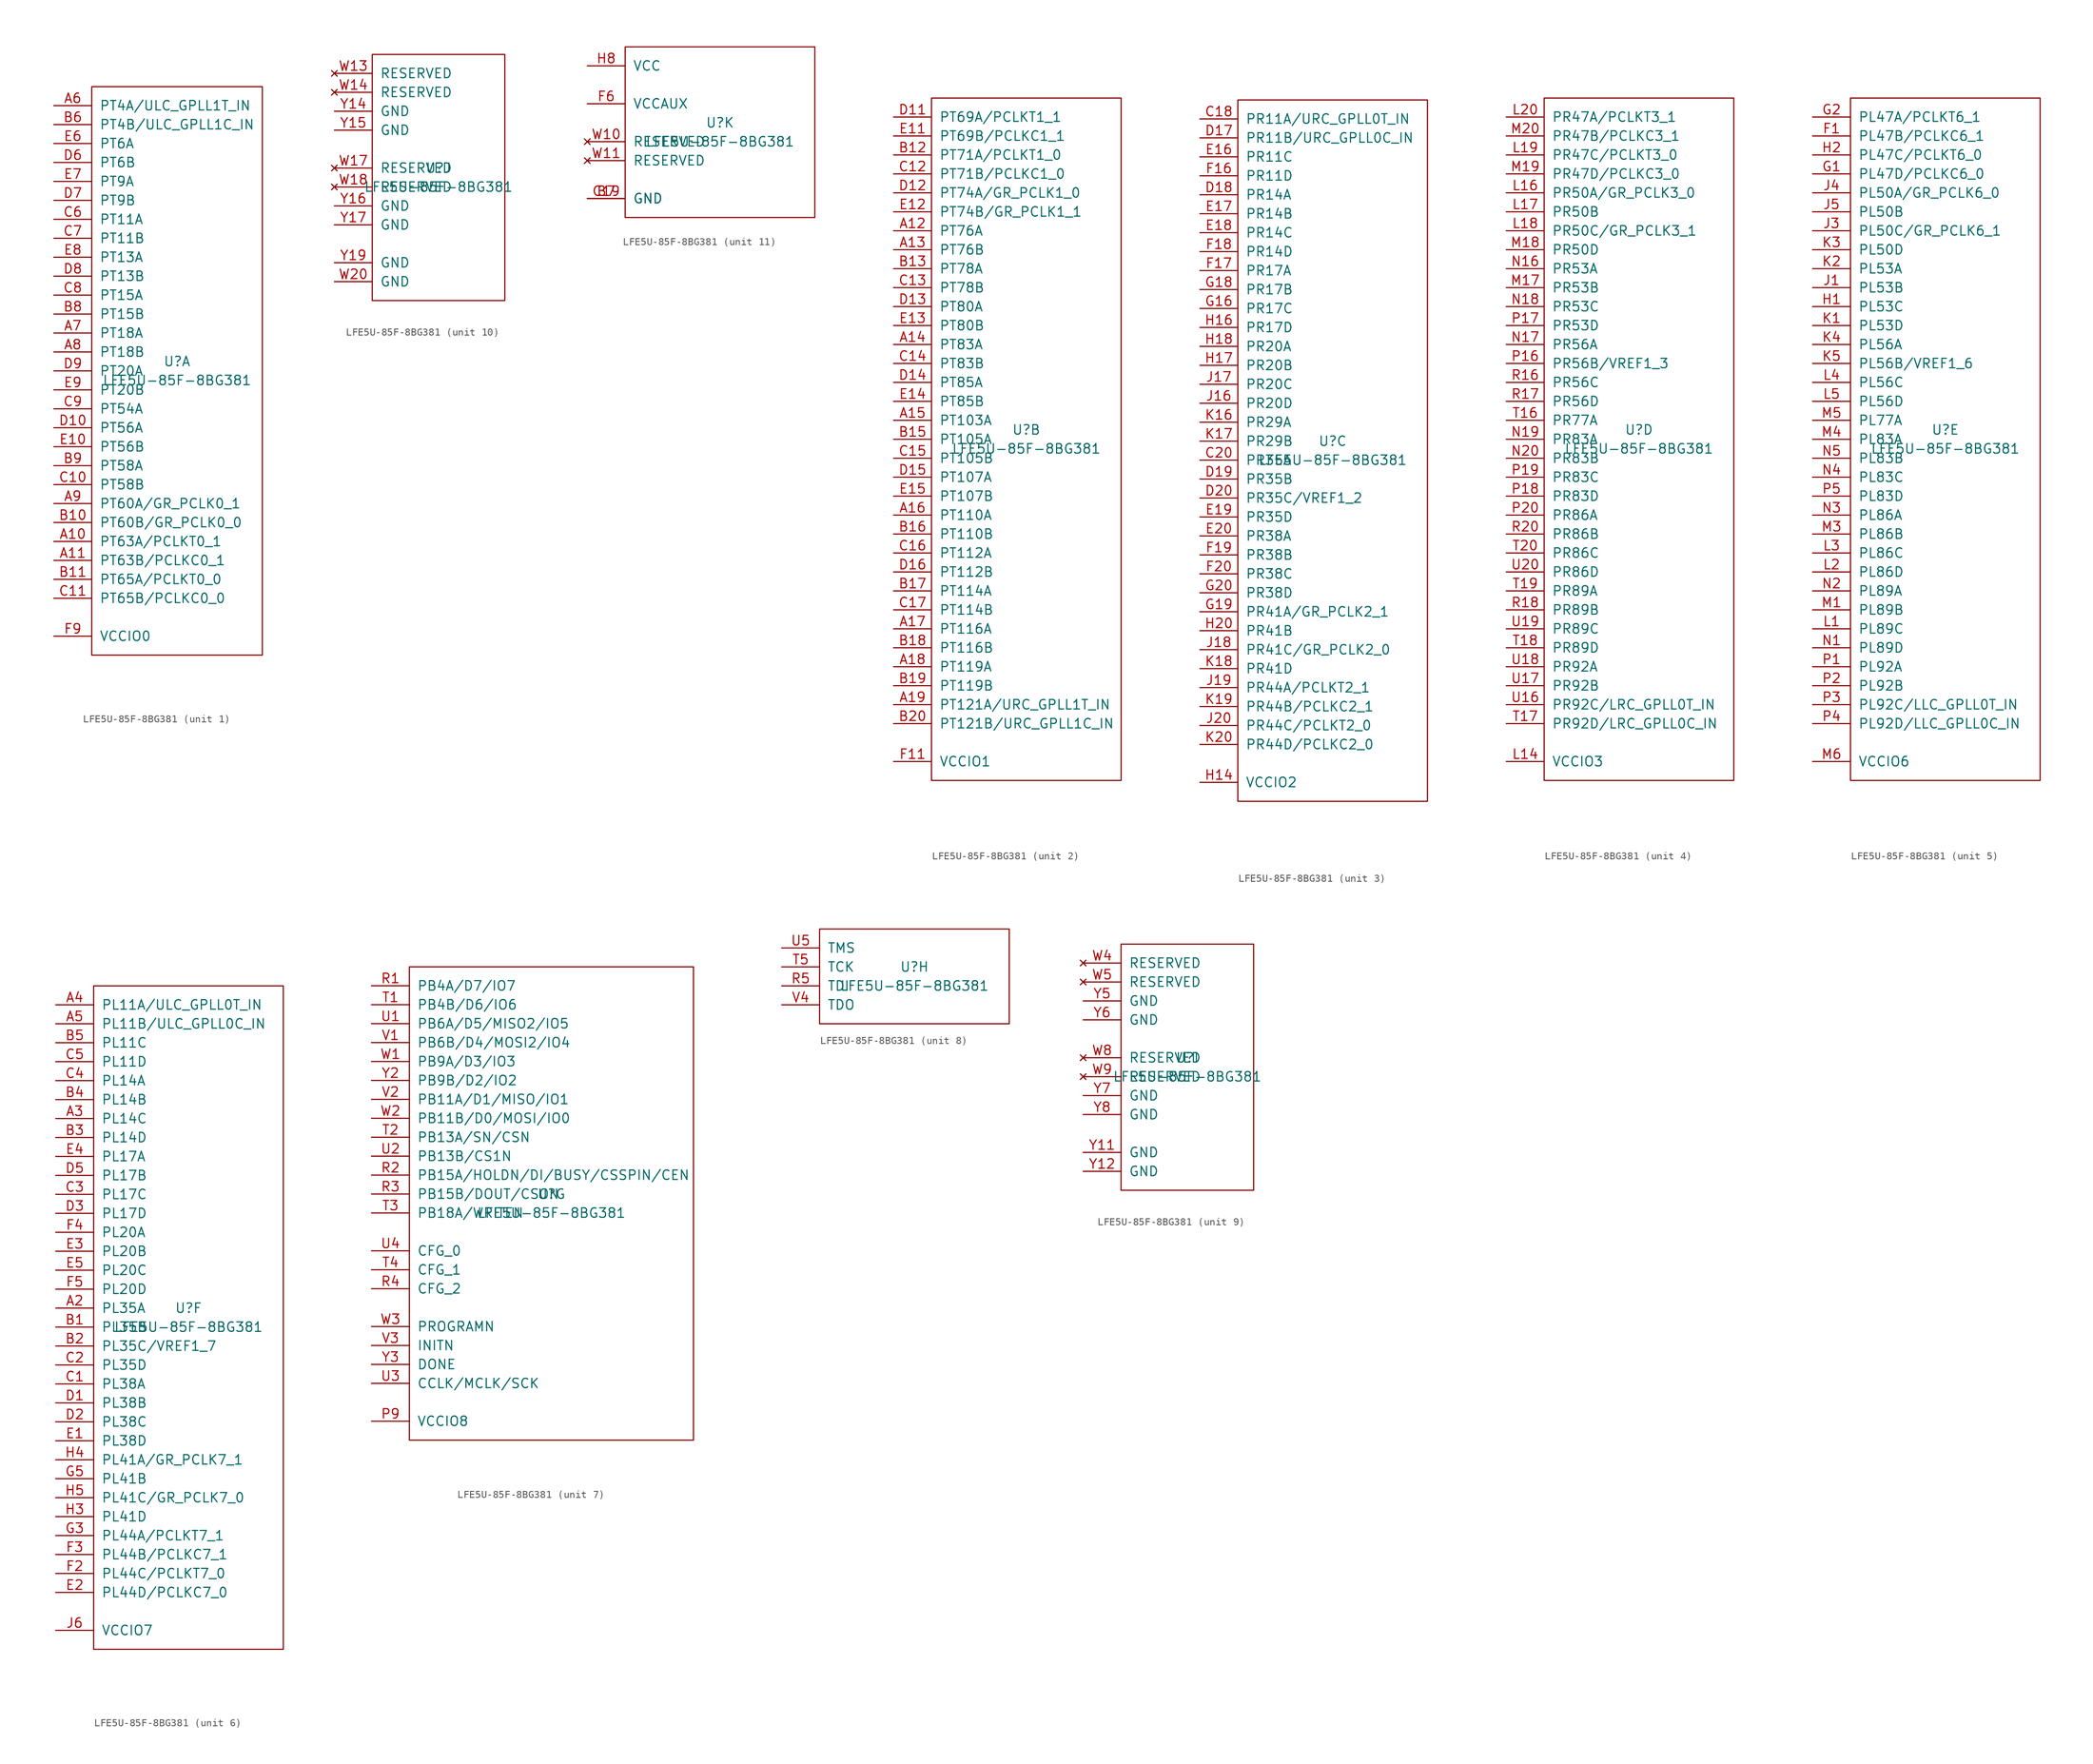
<source format=kicad_sym>
(kicad_symbol_lib
  (version 20201005)
  (generator kicad_symbol_editor)
  (symbol "lattice:LFE5U-85F-8BG381"
    (pin_names
      (offset 1.016))
    (property "Reference" "U"
      (at 0 1.27 0)
      (effects (font (size 1.27 1.27))))
    (property "Value" "LFE5U-85F-8BG381"
      (at 0 -1.27 0)
      (effects (font (size 1.27 1.27))))
    (property "ki_locked" ""
      (at 0 0 0)
      (effects (font (size 1.27 1.27))))
    (symbol "LFE5U-85F-8BG381_1_1"
      (rectangle (start -11.43 38.1) (end 11.43 -38.1) (stroke (width 0)) (fill (type none)))
      (pin bidirectional line (at -16.51 -22.86 0) (length 5.08) (name "PT63A/PCLKT0_1" (effects (font (size 1.27 1.27)))) (number "A10" (effects (font (size 1.27 1.27)))))
      (pin bidirectional line (at -16.51 -25.4 0) (length 5.08) (name "PT63B/PCLKC0_1" (effects (font (size 1.27 1.27)))) (number "A11" (effects (font (size 1.27 1.27)))))
      (pin bidirectional line (at -16.51 35.56 0) (length 5.08) (name "PT4A/ULC_GPLL1T_IN" (effects (font (size 1.27 1.27)))) (number "A6" (effects (font (size 1.27 1.27)))))
      (pin bidirectional line (at -16.51 5.08 0) (length 5.08) (name "PT18A" (effects (font (size 1.27 1.27)))) (number "A7" (effects (font (size 1.27 1.27)))))
      (pin bidirectional line (at -16.51 2.54 0) (length 5.08) (name "PT18B" (effects (font (size 1.27 1.27)))) (number "A8" (effects (font (size 1.27 1.27)))))
      (pin bidirectional line (at -16.51 -17.78 0) (length 5.08) (name "PT60A/GR_PCLK0_1" (effects (font (size 1.27 1.27)))) (number "A9" (effects (font (size 1.27 1.27)))))
      (pin bidirectional line (at -16.51 -20.32 0) (length 5.08) (name "PT60B/GR_PCLK0_0" (effects (font (size 1.27 1.27)))) (number "B10" (effects (font (size 1.27 1.27)))))
      (pin bidirectional line (at -16.51 -27.94 0) (length 5.08) (name "PT65A/PCLKT0_0" (effects (font (size 1.27 1.27)))) (number "B11" (effects (font (size 1.27 1.27)))))
      (pin bidirectional line (at -16.51 33.02 0) (length 5.08) (name "PT4B/ULC_GPLL1C_IN" (effects (font (size 1.27 1.27)))) (number "B6" (effects (font (size 1.27 1.27)))))
      (pin bidirectional line (at -16.51 7.62 0) (length 5.08) (name "PT15B" (effects (font (size 1.27 1.27)))) (number "B8" (effects (font (size 1.27 1.27)))))
      (pin bidirectional line (at -16.51 -12.7 0) (length 5.08) (name "PT58A" (effects (font (size 1.27 1.27)))) (number "B9" (effects (font (size 1.27 1.27)))))
      (pin bidirectional line (at -16.51 -15.24 0) (length 5.08) (name "PT58B" (effects (font (size 1.27 1.27)))) (number "C10" (effects (font (size 1.27 1.27)))))
      (pin bidirectional line (at -16.51 -30.48 0) (length 5.08) (name "PT65B/PCLKC0_0" (effects (font (size 1.27 1.27)))) (number "C11" (effects (font (size 1.27 1.27)))))
      (pin bidirectional line (at -16.51 20.32 0) (length 5.08) (name "PT11A" (effects (font (size 1.27 1.27)))) (number "C6" (effects (font (size 1.27 1.27)))))
      (pin bidirectional line (at -16.51 17.78 0) (length 5.08) (name "PT11B" (effects (font (size 1.27 1.27)))) (number "C7" (effects (font (size 1.27 1.27)))))
      (pin bidirectional line (at -16.51 10.16 0) (length 5.08) (name "PT15A" (effects (font (size 1.27 1.27)))) (number "C8" (effects (font (size 1.27 1.27)))))
      (pin bidirectional line (at -16.51 -5.08 0) (length 5.08) (name "PT54A" (effects (font (size 1.27 1.27)))) (number "C9" (effects (font (size 1.27 1.27)))))
      (pin bidirectional line (at -16.51 -7.62 0) (length 5.08) (name "PT56A" (effects (font (size 1.27 1.27)))) (number "D10" (effects (font (size 1.27 1.27)))))
      (pin bidirectional line (at -16.51 27.94 0) (length 5.08) (name "PT6B" (effects (font (size 1.27 1.27)))) (number "D6" (effects (font (size 1.27 1.27)))))
      (pin bidirectional line (at -16.51 22.86 0) (length 5.08) (name "PT9B" (effects (font (size 1.27 1.27)))) (number "D7" (effects (font (size 1.27 1.27)))))
      (pin bidirectional line (at -16.51 12.7 0) (length 5.08) (name "PT13B" (effects (font (size 1.27 1.27)))) (number "D8" (effects (font (size 1.27 1.27)))))
      (pin bidirectional line (at -16.51 0 0) (length 5.08) (name "PT20A" (effects (font (size 1.27 1.27)))) (number "D9" (effects (font (size 1.27 1.27)))))
      (pin bidirectional line (at -16.51 -10.16 0) (length 5.08) (name "PT56B" (effects (font (size 1.27 1.27)))) (number "E10" (effects (font (size 1.27 1.27)))))
      (pin bidirectional line (at -16.51 30.48 0) (length 5.08) (name "PT6A" (effects (font (size 1.27 1.27)))) (number "E6" (effects (font (size 1.27 1.27)))))
      (pin bidirectional line (at -16.51 25.4 0) (length 5.08) (name "PT9A" (effects (font (size 1.27 1.27)))) (number "E7" (effects (font (size 1.27 1.27)))))
      (pin bidirectional line (at -16.51 15.24 0) (length 5.08) (name "PT13A" (effects (font (size 1.27 1.27)))) (number "E8" (effects (font (size 1.27 1.27)))))
      (pin bidirectional line (at -16.51 -2.54 0) (length 5.08) (name "PT20B" (effects (font (size 1.27 1.27)))) (number "E9" (effects (font (size 1.27 1.27)))))
      (pin passive line (at -16.51 -35.56 0) (length 5.08) hide (name "VCCIO0" (effects (font (size 1.27 1.27)))) (number "F10" (effects (font (size 1.27 1.27)))))
      (pin power_in line (at -16.51 -35.56 0) (length 5.08) (name "VCCIO0" (effects (font (size 1.27 1.27)))) (number "F9" (effects (font (size 1.27 1.27))))))
    (symbol "LFE5U-85F-8BG381_2_1"
      (rectangle (start -12.7 45.72) (end 12.7 -45.72) (stroke (width 0)) (fill (type none)))
      (pin bidirectional line (at -17.78 27.94 0) (length 5.08) (name "PT76A" (effects (font (size 1.27 1.27)))) (number "A12" (effects (font (size 1.27 1.27)))))
      (pin bidirectional line (at -17.78 25.4 0) (length 5.08) (name "PT76B" (effects (font (size 1.27 1.27)))) (number "A13" (effects (font (size 1.27 1.27)))))
      (pin bidirectional line (at -17.78 12.7 0) (length 5.08) (name "PT83A" (effects (font (size 1.27 1.27)))) (number "A14" (effects (font (size 1.27 1.27)))))
      (pin bidirectional line (at -17.78 2.54 0) (length 5.08) (name "PT103A" (effects (font (size 1.27 1.27)))) (number "A15" (effects (font (size 1.27 1.27)))))
      (pin bidirectional line (at -17.78 -10.16 0) (length 5.08) (name "PT110A" (effects (font (size 1.27 1.27)))) (number "A16" (effects (font (size 1.27 1.27)))))
      (pin bidirectional line (at -17.78 -25.4 0) (length 5.08) (name "PT116A" (effects (font (size 1.27 1.27)))) (number "A17" (effects (font (size 1.27 1.27)))))
      (pin bidirectional line (at -17.78 -30.48 0) (length 5.08) (name "PT119A" (effects (font (size 1.27 1.27)))) (number "A18" (effects (font (size 1.27 1.27)))))
      (pin bidirectional line (at -17.78 -35.56 0) (length 5.08) (name "PT121A/URC_GPLL1T_IN" (effects (font (size 1.27 1.27)))) (number "A19" (effects (font (size 1.27 1.27)))))
      (pin bidirectional line (at -17.78 38.1 0) (length 5.08) (name "PT71A/PCLKT1_0" (effects (font (size 1.27 1.27)))) (number "B12" (effects (font (size 1.27 1.27)))))
      (pin bidirectional line (at -17.78 22.86 0) (length 5.08) (name "PT78A" (effects (font (size 1.27 1.27)))) (number "B13" (effects (font (size 1.27 1.27)))))
      (pin bidirectional line (at -17.78 0 0) (length 5.08) (name "PT105A" (effects (font (size 1.27 1.27)))) (number "B15" (effects (font (size 1.27 1.27)))))
      (pin bidirectional line (at -17.78 -12.7 0) (length 5.08) (name "PT110B" (effects (font (size 1.27 1.27)))) (number "B16" (effects (font (size 1.27 1.27)))))
      (pin bidirectional line (at -17.78 -20.32 0) (length 5.08) (name "PT114A" (effects (font (size 1.27 1.27)))) (number "B17" (effects (font (size 1.27 1.27)))))
      (pin bidirectional line (at -17.78 -27.94 0) (length 5.08) (name "PT116B" (effects (font (size 1.27 1.27)))) (number "B18" (effects (font (size 1.27 1.27)))))
      (pin bidirectional line (at -17.78 -33.02 0) (length 5.08) (name "PT119B" (effects (font (size 1.27 1.27)))) (number "B19" (effects (font (size 1.27 1.27)))))
      (pin bidirectional line (at -17.78 -38.1 0) (length 5.08) (name "PT121B/URC_GPLL1C_IN" (effects (font (size 1.27 1.27)))) (number "B20" (effects (font (size 1.27 1.27)))))
      (pin bidirectional line (at -17.78 35.56 0) (length 5.08) (name "PT71B/PCLKC1_0" (effects (font (size 1.27 1.27)))) (number "C12" (effects (font (size 1.27 1.27)))))
      (pin bidirectional line (at -17.78 20.32 0) (length 5.08) (name "PT78B" (effects (font (size 1.27 1.27)))) (number "C13" (effects (font (size 1.27 1.27)))))
      (pin bidirectional line (at -17.78 10.16 0) (length 5.08) (name "PT83B" (effects (font (size 1.27 1.27)))) (number "C14" (effects (font (size 1.27 1.27)))))
      (pin bidirectional line (at -17.78 -2.54 0) (length 5.08) (name "PT105B" (effects (font (size 1.27 1.27)))) (number "C15" (effects (font (size 1.27 1.27)))))
      (pin bidirectional line (at -17.78 -15.24 0) (length 5.08) (name "PT112A" (effects (font (size 1.27 1.27)))) (number "C16" (effects (font (size 1.27 1.27)))))
      (pin bidirectional line (at -17.78 -22.86 0) (length 5.08) (name "PT114B" (effects (font (size 1.27 1.27)))) (number "C17" (effects (font (size 1.27 1.27)))))
      (pin bidirectional line (at -17.78 43.18 0) (length 5.08) (name "PT69A/PCLKT1_1" (effects (font (size 1.27 1.27)))) (number "D11" (effects (font (size 1.27 1.27)))))
      (pin bidirectional line (at -17.78 33.02 0) (length 5.08) (name "PT74A/GR_PCLK1_0" (effects (font (size 1.27 1.27)))) (number "D12" (effects (font (size 1.27 1.27)))))
      (pin bidirectional line (at -17.78 17.78 0) (length 5.08) (name "PT80A" (effects (font (size 1.27 1.27)))) (number "D13" (effects (font (size 1.27 1.27)))))
      (pin bidirectional line (at -17.78 7.62 0) (length 5.08) (name "PT85A" (effects (font (size 1.27 1.27)))) (number "D14" (effects (font (size 1.27 1.27)))))
      (pin bidirectional line (at -17.78 -5.08 0) (length 5.08) (name "PT107A" (effects (font (size 1.27 1.27)))) (number "D15" (effects (font (size 1.27 1.27)))))
      (pin bidirectional line (at -17.78 -17.78 0) (length 5.08) (name "PT112B" (effects (font (size 1.27 1.27)))) (number "D16" (effects (font (size 1.27 1.27)))))
      (pin bidirectional line (at -17.78 40.64 0) (length 5.08) (name "PT69B/PCLKC1_1" (effects (font (size 1.27 1.27)))) (number "E11" (effects (font (size 1.27 1.27)))))
      (pin bidirectional line (at -17.78 30.48 0) (length 5.08) (name "PT74B/GR_PCLK1_1" (effects (font (size 1.27 1.27)))) (number "E12" (effects (font (size 1.27 1.27)))))
      (pin bidirectional line (at -17.78 15.24 0) (length 5.08) (name "PT80B" (effects (font (size 1.27 1.27)))) (number "E13" (effects (font (size 1.27 1.27)))))
      (pin bidirectional line (at -17.78 5.08 0) (length 5.08) (name "PT85B" (effects (font (size 1.27 1.27)))) (number "E14" (effects (font (size 1.27 1.27)))))
      (pin bidirectional line (at -17.78 -7.62 0) (length 5.08) (name "PT107B" (effects (font (size 1.27 1.27)))) (number "E15" (effects (font (size 1.27 1.27)))))
      (pin power_in line (at -17.78 -43.18 0) (length 5.08) (name "VCCIO1" (effects (font (size 1.27 1.27)))) (number "F11" (effects (font (size 1.27 1.27)))))
      (pin passive line (at -17.78 -43.18 0) (length 5.08) hide (name "VCCIO1" (effects (font (size 1.27 1.27)))) (number "F12" (effects (font (size 1.27 1.27))))))
    (symbol "LFE5U-85F-8BG381_3_1"
      (rectangle (start -12.7 46.99) (end 12.7 -46.99) (stroke (width 0)) (fill (type none)))
      (pin bidirectional line (at -17.78 44.45 0) (length 5.08) (name "PR11A/URC_GPLL0T_IN" (effects (font (size 1.27 1.27)))) (number "C18" (effects (font (size 1.27 1.27)))))
      (pin bidirectional line (at -17.78 -1.27 0) (length 5.08) (name "PR35A" (effects (font (size 1.27 1.27)))) (number "C20" (effects (font (size 1.27 1.27)))))
      (pin bidirectional line (at -17.78 41.91 0) (length 5.08) (name "PR11B/URC_GPLL0C_IN" (effects (font (size 1.27 1.27)))) (number "D17" (effects (font (size 1.27 1.27)))))
      (pin bidirectional line (at -17.78 34.29 0) (length 5.08) (name "PR14A" (effects (font (size 1.27 1.27)))) (number "D18" (effects (font (size 1.27 1.27)))))
      (pin bidirectional line (at -17.78 -3.81 0) (length 5.08) (name "PR35B" (effects (font (size 1.27 1.27)))) (number "D19" (effects (font (size 1.27 1.27)))))
      (pin bidirectional line (at -17.78 -6.35 0) (length 5.08) (name "PR35C/VREF1_2" (effects (font (size 1.27 1.27)))) (number "D20" (effects (font (size 1.27 1.27)))))
      (pin bidirectional line (at -17.78 39.37 0) (length 5.08) (name "PR11C" (effects (font (size 1.27 1.27)))) (number "E16" (effects (font (size 1.27 1.27)))))
      (pin bidirectional line (at -17.78 31.75 0) (length 5.08) (name "PR14B" (effects (font (size 1.27 1.27)))) (number "E17" (effects (font (size 1.27 1.27)))))
      (pin bidirectional line (at -17.78 29.21 0) (length 5.08) (name "PR14C" (effects (font (size 1.27 1.27)))) (number "E18" (effects (font (size 1.27 1.27)))))
      (pin bidirectional line (at -17.78 -8.89 0) (length 5.08) (name "PR35D" (effects (font (size 1.27 1.27)))) (number "E19" (effects (font (size 1.27 1.27)))))
      (pin bidirectional line (at -17.78 -11.43 0) (length 5.08) (name "PR38A" (effects (font (size 1.27 1.27)))) (number "E20" (effects (font (size 1.27 1.27)))))
      (pin bidirectional line (at -17.78 36.83 0) (length 5.08) (name "PR11D" (effects (font (size 1.27 1.27)))) (number "F16" (effects (font (size 1.27 1.27)))))
      (pin bidirectional line (at -17.78 24.13 0) (length 5.08) (name "PR17A" (effects (font (size 1.27 1.27)))) (number "F17" (effects (font (size 1.27 1.27)))))
      (pin bidirectional line (at -17.78 26.67 0) (length 5.08) (name "PR14D" (effects (font (size 1.27 1.27)))) (number "F18" (effects (font (size 1.27 1.27)))))
      (pin bidirectional line (at -17.78 -13.97 0) (length 5.08) (name "PR38B" (effects (font (size 1.27 1.27)))) (number "F19" (effects (font (size 1.27 1.27)))))
      (pin bidirectional line (at -17.78 -16.51 0) (length 5.08) (name "PR38C" (effects (font (size 1.27 1.27)))) (number "F20" (effects (font (size 1.27 1.27)))))
      (pin bidirectional line (at -17.78 19.05 0) (length 5.08) (name "PR17C" (effects (font (size 1.27 1.27)))) (number "G16" (effects (font (size 1.27 1.27)))))
      (pin bidirectional line (at -17.78 21.59 0) (length 5.08) (name "PR17B" (effects (font (size 1.27 1.27)))) (number "G18" (effects (font (size 1.27 1.27)))))
      (pin bidirectional line (at -17.78 -21.59 0) (length 5.08) (name "PR41A/GR_PCLK2_1" (effects (font (size 1.27 1.27)))) (number "G19" (effects (font (size 1.27 1.27)))))
      (pin bidirectional line (at -17.78 -19.05 0) (length 5.08) (name "PR38D" (effects (font (size 1.27 1.27)))) (number "G20" (effects (font (size 1.27 1.27)))))
      (pin power_in line (at -17.78 -44.45 0) (length 5.08) (name "VCCIO2" (effects (font (size 1.27 1.27)))) (number "H14" (effects (font (size 1.27 1.27)))))
      (pin passive line (at -17.78 -44.45 0) (length 5.08) hide (name "VCCIO2" (effects (font (size 1.27 1.27)))) (number "H15" (effects (font (size 1.27 1.27)))))
      (pin bidirectional line (at -17.78 16.51 0) (length 5.08) (name "PR17D" (effects (font (size 1.27 1.27)))) (number "H16" (effects (font (size 1.27 1.27)))))
      (pin bidirectional line (at -17.78 11.43 0) (length 5.08) (name "PR20B" (effects (font (size 1.27 1.27)))) (number "H17" (effects (font (size 1.27 1.27)))))
      (pin bidirectional line (at -17.78 13.97 0) (length 5.08) (name "PR20A" (effects (font (size 1.27 1.27)))) (number "H18" (effects (font (size 1.27 1.27)))))
      (pin bidirectional line (at -17.78 -24.13 0) (length 5.08) (name "PR41B" (effects (font (size 1.27 1.27)))) (number "H20" (effects (font (size 1.27 1.27)))))
      (pin passive line (at -17.78 -44.45 0) (length 5.08) hide (name "VCCIO2" (effects (font (size 1.27 1.27)))) (number "J15" (effects (font (size 1.27 1.27)))))
      (pin bidirectional line (at -17.78 6.35 0) (length 5.08) (name "PR20D" (effects (font (size 1.27 1.27)))) (number "J16" (effects (font (size 1.27 1.27)))))
      (pin bidirectional line (at -17.78 8.89 0) (length 5.08) (name "PR20C" (effects (font (size 1.27 1.27)))) (number "J17" (effects (font (size 1.27 1.27)))))
      (pin bidirectional line (at -17.78 -26.67 0) (length 5.08) (name "PR41C/GR_PCLK2_0" (effects (font (size 1.27 1.27)))) (number "J18" (effects (font (size 1.27 1.27)))))
      (pin bidirectional line (at -17.78 -31.75 0) (length 5.08) (name "PR44A/PCLKT2_1" (effects (font (size 1.27 1.27)))) (number "J19" (effects (font (size 1.27 1.27)))))
      (pin bidirectional line (at -17.78 -36.83 0) (length 5.08) (name "PR44C/PCLKT2_0" (effects (font (size 1.27 1.27)))) (number "J20" (effects (font (size 1.27 1.27)))))
      (pin bidirectional line (at -17.78 3.81 0) (length 5.08) (name "PR29A" (effects (font (size 1.27 1.27)))) (number "K16" (effects (font (size 1.27 1.27)))))
      (pin bidirectional line (at -17.78 1.27 0) (length 5.08) (name "PR29B" (effects (font (size 1.27 1.27)))) (number "K17" (effects (font (size 1.27 1.27)))))
      (pin bidirectional line (at -17.78 -29.21 0) (length 5.08) (name "PR41D" (effects (font (size 1.27 1.27)))) (number "K18" (effects (font (size 1.27 1.27)))))
      (pin bidirectional line (at -17.78 -34.29 0) (length 5.08) (name "PR44B/PCLKC2_1" (effects (font (size 1.27 1.27)))) (number "K19" (effects (font (size 1.27 1.27)))))
      (pin bidirectional line (at -17.78 -39.37 0) (length 5.08) (name "PR44D/PCLKC2_0" (effects (font (size 1.27 1.27)))) (number "K20" (effects (font (size 1.27 1.27))))))
    (symbol "LFE5U-85F-8BG381_4_1"
      (rectangle (start -12.7 45.72) (end 12.7 -45.72) (stroke (width 0)) (fill (type none)))
      (pin power_in line (at -17.78 -43.18 0) (length 5.08) (name "VCCIO3" (effects (font (size 1.27 1.27)))) (number "L14" (effects (font (size 1.27 1.27)))))
      (pin passive line (at -17.78 -43.18 0) (length 5.08) hide (name "VCCIO3" (effects (font (size 1.27 1.27)))) (number "L15" (effects (font (size 1.27 1.27)))))
      (pin bidirectional line (at -17.78 33.02 0) (length 5.08) (name "PR50A/GR_PCLK3_0" (effects (font (size 1.27 1.27)))) (number "L16" (effects (font (size 1.27 1.27)))))
      (pin bidirectional line (at -17.78 30.48 0) (length 5.08) (name "PR50B" (effects (font (size 1.27 1.27)))) (number "L17" (effects (font (size 1.27 1.27)))))
      (pin bidirectional line (at -17.78 27.94 0) (length 5.08) (name "PR50C/GR_PCLK3_1" (effects (font (size 1.27 1.27)))) (number "L18" (effects (font (size 1.27 1.27)))))
      (pin bidirectional line (at -17.78 38.1 0) (length 5.08) (name "PR47C/PCLKT3_0" (effects (font (size 1.27 1.27)))) (number "L19" (effects (font (size 1.27 1.27)))))
      (pin bidirectional line (at -17.78 43.18 0) (length 5.08) (name "PR47A/PCLKT3_1" (effects (font (size 1.27 1.27)))) (number "L20" (effects (font (size 1.27 1.27)))))
      (pin passive line (at -17.78 -43.18 0) (length 5.08) hide (name "VCCIO3" (effects (font (size 1.27 1.27)))) (number "M15" (effects (font (size 1.27 1.27)))))
      (pin bidirectional line (at -17.78 20.32 0) (length 5.08) (name "PR53B" (effects (font (size 1.27 1.27)))) (number "M17" (effects (font (size 1.27 1.27)))))
      (pin bidirectional line (at -17.78 25.4 0) (length 5.08) (name "PR50D" (effects (font (size 1.27 1.27)))) (number "M18" (effects (font (size 1.27 1.27)))))
      (pin bidirectional line (at -17.78 35.56 0) (length 5.08) (name "PR47D/PCLKC3_0" (effects (font (size 1.27 1.27)))) (number "M19" (effects (font (size 1.27 1.27)))))
      (pin bidirectional line (at -17.78 40.64 0) (length 5.08) (name "PR47B/PCLKC3_1" (effects (font (size 1.27 1.27)))) (number "M20" (effects (font (size 1.27 1.27)))))
      (pin bidirectional line (at -17.78 22.86 0) (length 5.08) (name "PR53A" (effects (font (size 1.27 1.27)))) (number "N16" (effects (font (size 1.27 1.27)))))
      (pin bidirectional line (at -17.78 12.7 0) (length 5.08) (name "PR56A" (effects (font (size 1.27 1.27)))) (number "N17" (effects (font (size 1.27 1.27)))))
      (pin bidirectional line (at -17.78 17.78 0) (length 5.08) (name "PR53C" (effects (font (size 1.27 1.27)))) (number "N18" (effects (font (size 1.27 1.27)))))
      (pin bidirectional line (at -17.78 0 0) (length 5.08) (name "PR83A" (effects (font (size 1.27 1.27)))) (number "N19" (effects (font (size 1.27 1.27)))))
      (pin bidirectional line (at -17.78 -2.54 0) (length 5.08) (name "PR83B" (effects (font (size 1.27 1.27)))) (number "N20" (effects (font (size 1.27 1.27)))))
      (pin bidirectional line (at -17.78 10.16 0) (length 5.08) (name "PR56B/VREF1_3" (effects (font (size 1.27 1.27)))) (number "P16" (effects (font (size 1.27 1.27)))))
      (pin bidirectional line (at -17.78 15.24 0) (length 5.08) (name "PR53D" (effects (font (size 1.27 1.27)))) (number "P17" (effects (font (size 1.27 1.27)))))
      (pin bidirectional line (at -17.78 -7.62 0) (length 5.08) (name "PR83D" (effects (font (size 1.27 1.27)))) (number "P18" (effects (font (size 1.27 1.27)))))
      (pin bidirectional line (at -17.78 -5.08 0) (length 5.08) (name "PR83C" (effects (font (size 1.27 1.27)))) (number "P19" (effects (font (size 1.27 1.27)))))
      (pin bidirectional line (at -17.78 -10.16 0) (length 5.08) (name "PR86A" (effects (font (size 1.27 1.27)))) (number "P20" (effects (font (size 1.27 1.27)))))
      (pin bidirectional line (at -17.78 7.62 0) (length 5.08) (name "PR56C" (effects (font (size 1.27 1.27)))) (number "R16" (effects (font (size 1.27 1.27)))))
      (pin bidirectional line (at -17.78 5.08 0) (length 5.08) (name "PR56D" (effects (font (size 1.27 1.27)))) (number "R17" (effects (font (size 1.27 1.27)))))
      (pin bidirectional line (at -17.78 -22.86 0) (length 5.08) (name "PR89B" (effects (font (size 1.27 1.27)))) (number "R18" (effects (font (size 1.27 1.27)))))
      (pin bidirectional line (at -17.78 -12.7 0) (length 5.08) (name "PR86B" (effects (font (size 1.27 1.27)))) (number "R20" (effects (font (size 1.27 1.27)))))
      (pin bidirectional line (at -17.78 2.54 0) (length 5.08) (name "PR77A" (effects (font (size 1.27 1.27)))) (number "T16" (effects (font (size 1.27 1.27)))))
      (pin bidirectional line (at -17.78 -38.1 0) (length 5.08) (name "PR92D/LRC_GPLL0C_IN" (effects (font (size 1.27 1.27)))) (number "T17" (effects (font (size 1.27 1.27)))))
      (pin bidirectional line (at -17.78 -27.94 0) (length 5.08) (name "PR89D" (effects (font (size 1.27 1.27)))) (number "T18" (effects (font (size 1.27 1.27)))))
      (pin bidirectional line (at -17.78 -20.32 0) (length 5.08) (name "PR89A" (effects (font (size 1.27 1.27)))) (number "T19" (effects (font (size 1.27 1.27)))))
      (pin bidirectional line (at -17.78 -15.24 0) (length 5.08) (name "PR86C" (effects (font (size 1.27 1.27)))) (number "T20" (effects (font (size 1.27 1.27)))))
      (pin bidirectional line (at -17.78 -35.56 0) (length 5.08) (name "PR92C/LRC_GPLL0T_IN" (effects (font (size 1.27 1.27)))) (number "U16" (effects (font (size 1.27 1.27)))))
      (pin bidirectional line (at -17.78 -33.02 0) (length 5.08) (name "PR92B" (effects (font (size 1.27 1.27)))) (number "U17" (effects (font (size 1.27 1.27)))))
      (pin bidirectional line (at -17.78 -30.48 0) (length 5.08) (name "PR92A" (effects (font (size 1.27 1.27)))) (number "U18" (effects (font (size 1.27 1.27)))))
      (pin bidirectional line (at -17.78 -25.4 0) (length 5.08) (name "PR89C" (effects (font (size 1.27 1.27)))) (number "U19" (effects (font (size 1.27 1.27)))))
      (pin bidirectional line (at -17.78 -17.78 0) (length 5.08) (name "PR86D" (effects (font (size 1.27 1.27)))) (number "U20" (effects (font (size 1.27 1.27))))))
    (symbol "LFE5U-85F-8BG381_5_1"
      (rectangle (start -12.7 45.72) (end 12.7 -45.72) (stroke (width 0)) (fill (type none)))
      (pin bidirectional line (at -17.78 40.64 0) (length 5.08) (name "PL47B/PCLKC6_1" (effects (font (size 1.27 1.27)))) (number "F1" (effects (font (size 1.27 1.27)))))
      (pin bidirectional line (at -17.78 35.56 0) (length 5.08) (name "PL47D/PCLKC6_0" (effects (font (size 1.27 1.27)))) (number "G1" (effects (font (size 1.27 1.27)))))
      (pin bidirectional line (at -17.78 43.18 0) (length 5.08) (name "PL47A/PCLKT6_1" (effects (font (size 1.27 1.27)))) (number "G2" (effects (font (size 1.27 1.27)))))
      (pin bidirectional line (at -17.78 17.78 0) (length 5.08) (name "PL53C" (effects (font (size 1.27 1.27)))) (number "H1" (effects (font (size 1.27 1.27)))))
      (pin bidirectional line (at -17.78 38.1 0) (length 5.08) (name "PL47C/PCLKT6_0" (effects (font (size 1.27 1.27)))) (number "H2" (effects (font (size 1.27 1.27)))))
      (pin bidirectional line (at -17.78 20.32 0) (length 5.08) (name "PL53B" (effects (font (size 1.27 1.27)))) (number "J1" (effects (font (size 1.27 1.27)))))
      (pin bidirectional line (at -17.78 27.94 0) (length 5.08) (name "PL50C/GR_PCLK6_1" (effects (font (size 1.27 1.27)))) (number "J3" (effects (font (size 1.27 1.27)))))
      (pin bidirectional line (at -17.78 33.02 0) (length 5.08) (name "PL50A/GR_PCLK6_0" (effects (font (size 1.27 1.27)))) (number "J4" (effects (font (size 1.27 1.27)))))
      (pin bidirectional line (at -17.78 30.48 0) (length 5.08) (name "PL50B" (effects (font (size 1.27 1.27)))) (number "J5" (effects (font (size 1.27 1.27)))))
      (pin bidirectional line (at -17.78 15.24 0) (length 5.08) (name "PL53D" (effects (font (size 1.27 1.27)))) (number "K1" (effects (font (size 1.27 1.27)))))
      (pin bidirectional line (at -17.78 22.86 0) (length 5.08) (name "PL53A" (effects (font (size 1.27 1.27)))) (number "K2" (effects (font (size 1.27 1.27)))))
      (pin bidirectional line (at -17.78 25.4 0) (length 5.08) (name "PL50D" (effects (font (size 1.27 1.27)))) (number "K3" (effects (font (size 1.27 1.27)))))
      (pin bidirectional line (at -17.78 12.7 0) (length 5.08) (name "PL56A" (effects (font (size 1.27 1.27)))) (number "K4" (effects (font (size 1.27 1.27)))))
      (pin bidirectional line (at -17.78 10.16 0) (length 5.08) (name "PL56B/VREF1_6" (effects (font (size 1.27 1.27)))) (number "K5" (effects (font (size 1.27 1.27)))))
      (pin bidirectional line (at -17.78 -25.4 0) (length 5.08) (name "PL89C" (effects (font (size 1.27 1.27)))) (number "L1" (effects (font (size 1.27 1.27)))))
      (pin bidirectional line (at -17.78 -17.78 0) (length 5.08) (name "PL86D" (effects (font (size 1.27 1.27)))) (number "L2" (effects (font (size 1.27 1.27)))))
      (pin bidirectional line (at -17.78 -15.24 0) (length 5.08) (name "PL86C" (effects (font (size 1.27 1.27)))) (number "L3" (effects (font (size 1.27 1.27)))))
      (pin bidirectional line (at -17.78 7.62 0) (length 5.08) (name "PL56C" (effects (font (size 1.27 1.27)))) (number "L4" (effects (font (size 1.27 1.27)))))
      (pin bidirectional line (at -17.78 5.08 0) (length 5.08) (name "PL56D" (effects (font (size 1.27 1.27)))) (number "L5" (effects (font (size 1.27 1.27)))))
      (pin passive line (at -17.78 -43.18 0) (length 5.08) hide (name "VCCIO6" (effects (font (size 1.27 1.27)))) (number "L6" (effects (font (size 1.27 1.27)))))
      (pin passive line (at -17.78 -43.18 0) (length 5.08) hide (name "VCCIO6" (effects (font (size 1.27 1.27)))) (number "L7" (effects (font (size 1.27 1.27)))))
      (pin bidirectional line (at -17.78 -22.86 0) (length 5.08) (name "PL89B" (effects (font (size 1.27 1.27)))) (number "M1" (effects (font (size 1.27 1.27)))))
      (pin bidirectional line (at -17.78 -12.7 0) (length 5.08) (name "PL86B" (effects (font (size 1.27 1.27)))) (number "M3" (effects (font (size 1.27 1.27)))))
      (pin bidirectional line (at -17.78 0 0) (length 5.08) (name "PL83A" (effects (font (size 1.27 1.27)))) (number "M4" (effects (font (size 1.27 1.27)))))
      (pin bidirectional line (at -17.78 2.54 0) (length 5.08) (name "PL77A" (effects (font (size 1.27 1.27)))) (number "M5" (effects (font (size 1.27 1.27)))))
      (pin power_in line (at -17.78 -43.18 0) (length 5.08) (name "VCCIO6" (effects (font (size 1.27 1.27)))) (number "M6" (effects (font (size 1.27 1.27)))))
      (pin bidirectional line (at -17.78 -27.94 0) (length 5.08) (name "PL89D" (effects (font (size 1.27 1.27)))) (number "N1" (effects (font (size 1.27 1.27)))))
      (pin bidirectional line (at -17.78 -20.32 0) (length 5.08) (name "PL89A" (effects (font (size 1.27 1.27)))) (number "N2" (effects (font (size 1.27 1.27)))))
      (pin bidirectional line (at -17.78 -10.16 0) (length 5.08) (name "PL86A" (effects (font (size 1.27 1.27)))) (number "N3" (effects (font (size 1.27 1.27)))))
      (pin bidirectional line (at -17.78 -5.08 0) (length 5.08) (name "PL83C" (effects (font (size 1.27 1.27)))) (number "N4" (effects (font (size 1.27 1.27)))))
      (pin bidirectional line (at -17.78 -2.54 0) (length 5.08) (name "PL83B" (effects (font (size 1.27 1.27)))) (number "N5" (effects (font (size 1.27 1.27)))))
      (pin bidirectional line (at -17.78 -30.48 0) (length 5.08) (name "PL92A" (effects (font (size 1.27 1.27)))) (number "P1" (effects (font (size 1.27 1.27)))))
      (pin bidirectional line (at -17.78 -33.02 0) (length 5.08) (name "PL92B" (effects (font (size 1.27 1.27)))) (number "P2" (effects (font (size 1.27 1.27)))))
      (pin bidirectional line (at -17.78 -35.56 0) (length 5.08) (name "PL92C/LLC_GPLL0T_IN" (effects (font (size 1.27 1.27)))) (number "P3" (effects (font (size 1.27 1.27)))))
      (pin bidirectional line (at -17.78 -38.1 0) (length 5.08) (name "PL92D/LLC_GPLL0C_IN" (effects (font (size 1.27 1.27)))) (number "P4" (effects (font (size 1.27 1.27)))))
      (pin bidirectional line (at -17.78 -7.62 0) (length 5.08) (name "PL83D" (effects (font (size 1.27 1.27)))) (number "P5" (effects (font (size 1.27 1.27))))))
    (symbol "LFE5U-85F-8BG381_6_1"
      (rectangle (start -12.7 44.45) (end 12.7 -44.45) (stroke (width 0)) (fill (type none)))
      (pin bidirectional line (at -17.78 1.27 0) (length 5.08) (name "PL35A" (effects (font (size 1.27 1.27)))) (number "A2" (effects (font (size 1.27 1.27)))))
      (pin bidirectional line (at -17.78 26.67 0) (length 5.08) (name "PL14C" (effects (font (size 1.27 1.27)))) (number "A3" (effects (font (size 1.27 1.27)))))
      (pin bidirectional line (at -17.78 41.91 0) (length 5.08) (name "PL11A/ULC_GPLL0T_IN" (effects (font (size 1.27 1.27)))) (number "A4" (effects (font (size 1.27 1.27)))))
      (pin bidirectional line (at -17.78 39.37 0) (length 5.08) (name "PL11B/ULC_GPLL0C_IN" (effects (font (size 1.27 1.27)))) (number "A5" (effects (font (size 1.27 1.27)))))
      (pin bidirectional line (at -17.78 -1.27 0) (length 5.08) (name "PL35B" (effects (font (size 1.27 1.27)))) (number "B1" (effects (font (size 1.27 1.27)))))
      (pin bidirectional line (at -17.78 -3.81 0) (length 5.08) (name "PL35C/VREF1_7" (effects (font (size 1.27 1.27)))) (number "B2" (effects (font (size 1.27 1.27)))))
      (pin bidirectional line (at -17.78 24.13 0) (length 5.08) (name "PL14D" (effects (font (size 1.27 1.27)))) (number "B3" (effects (font (size 1.27 1.27)))))
      (pin bidirectional line (at -17.78 29.21 0) (length 5.08) (name "PL14B" (effects (font (size 1.27 1.27)))) (number "B4" (effects (font (size 1.27 1.27)))))
      (pin bidirectional line (at -17.78 36.83 0) (length 5.08) (name "PL11C" (effects (font (size 1.27 1.27)))) (number "B5" (effects (font (size 1.27 1.27)))))
      (pin bidirectional line (at -17.78 -8.89 0) (length 5.08) (name "PL38A" (effects (font (size 1.27 1.27)))) (number "C1" (effects (font (size 1.27 1.27)))))
      (pin bidirectional line (at -17.78 -6.35 0) (length 5.08) (name "PL35D" (effects (font (size 1.27 1.27)))) (number "C2" (effects (font (size 1.27 1.27)))))
      (pin bidirectional line (at -17.78 16.51 0) (length 5.08) (name "PL17C" (effects (font (size 1.27 1.27)))) (number "C3" (effects (font (size 1.27 1.27)))))
      (pin bidirectional line (at -17.78 31.75 0) (length 5.08) (name "PL14A" (effects (font (size 1.27 1.27)))) (number "C4" (effects (font (size 1.27 1.27)))))
      (pin bidirectional line (at -17.78 34.29 0) (length 5.08) (name "PL11D" (effects (font (size 1.27 1.27)))) (number "C5" (effects (font (size 1.27 1.27)))))
      (pin bidirectional line (at -17.78 -11.43 0) (length 5.08) (name "PL38B" (effects (font (size 1.27 1.27)))) (number "D1" (effects (font (size 1.27 1.27)))))
      (pin bidirectional line (at -17.78 -13.97 0) (length 5.08) (name "PL38C" (effects (font (size 1.27 1.27)))) (number "D2" (effects (font (size 1.27 1.27)))))
      (pin bidirectional line (at -17.78 13.97 0) (length 5.08) (name "PL17D" (effects (font (size 1.27 1.27)))) (number "D3" (effects (font (size 1.27 1.27)))))
      (pin bidirectional line (at -17.78 19.05 0) (length 5.08) (name "PL17B" (effects (font (size 1.27 1.27)))) (number "D5" (effects (font (size 1.27 1.27)))))
      (pin bidirectional line (at -17.78 -16.51 0) (length 5.08) (name "PL38D" (effects (font (size 1.27 1.27)))) (number "E1" (effects (font (size 1.27 1.27)))))
      (pin bidirectional line (at -17.78 -36.83 0) (length 5.08) (name "PL44D/PCLKC7_0" (effects (font (size 1.27 1.27)))) (number "E2" (effects (font (size 1.27 1.27)))))
      (pin bidirectional line (at -17.78 8.89 0) (length 5.08) (name "PL20B" (effects (font (size 1.27 1.27)))) (number "E3" (effects (font (size 1.27 1.27)))))
      (pin bidirectional line (at -17.78 21.59 0) (length 5.08) (name "PL17A" (effects (font (size 1.27 1.27)))) (number "E4" (effects (font (size 1.27 1.27)))))
      (pin bidirectional line (at -17.78 6.35 0) (length 5.08) (name "PL20C" (effects (font (size 1.27 1.27)))) (number "E5" (effects (font (size 1.27 1.27)))))
      (pin bidirectional line (at -17.78 -34.29 0) (length 5.08) (name "PL44C/PCLKT7_0" (effects (font (size 1.27 1.27)))) (number "F2" (effects (font (size 1.27 1.27)))))
      (pin bidirectional line (at -17.78 -31.75 0) (length 5.08) (name "PL44B/PCLKC7_1" (effects (font (size 1.27 1.27)))) (number "F3" (effects (font (size 1.27 1.27)))))
      (pin bidirectional line (at -17.78 11.43 0) (length 5.08) (name "PL20A" (effects (font (size 1.27 1.27)))) (number "F4" (effects (font (size 1.27 1.27)))))
      (pin bidirectional line (at -17.78 3.81 0) (length 5.08) (name "PL20D" (effects (font (size 1.27 1.27)))) (number "F5" (effects (font (size 1.27 1.27)))))
      (pin bidirectional line (at -17.78 -29.21 0) (length 5.08) (name "PL44A/PCLKT7_1" (effects (font (size 1.27 1.27)))) (number "G3" (effects (font (size 1.27 1.27)))))
      (pin bidirectional line (at -17.78 -21.59 0) (length 5.08) (name "PL41B" (effects (font (size 1.27 1.27)))) (number "G5" (effects (font (size 1.27 1.27)))))
      (pin bidirectional line (at -17.78 -26.67 0) (length 5.08) (name "PL41D" (effects (font (size 1.27 1.27)))) (number "H3" (effects (font (size 1.27 1.27)))))
      (pin bidirectional line (at -17.78 -19.05 0) (length 5.08) (name "PL41A/GR_PCLK7_1" (effects (font (size 1.27 1.27)))) (number "H4" (effects (font (size 1.27 1.27)))))
      (pin bidirectional line (at -17.78 -24.13 0) (length 5.08) (name "PL41C/GR_PCLK7_0" (effects (font (size 1.27 1.27)))) (number "H5" (effects (font (size 1.27 1.27)))))
      (pin passive line (at -17.78 -41.91 0) (length 5.08) hide (name "VCCIO7" (effects (font (size 1.27 1.27)))) (number "H6" (effects (font (size 1.27 1.27)))))
      (pin passive line (at -17.78 -41.91 0) (length 5.08) hide (name "VCCIO7" (effects (font (size 1.27 1.27)))) (number "H7" (effects (font (size 1.27 1.27)))))
      (pin power_in line (at -17.78 -41.91 0) (length 5.08) (name "VCCIO7" (effects (font (size 1.27 1.27)))) (number "J6" (effects (font (size 1.27 1.27))))))
    (symbol "LFE5U-85F-8BG381_7_1"
      (rectangle (start -19.05 31.75) (end 19.05 -31.75) (stroke (width 0)) (fill (type none)))
      (pin passive line (at -24.13 -29.21 0) (length 5.08) hide (name "VCCIO8" (effects (font (size 1.27 1.27)))) (number "P10" (effects (font (size 1.27 1.27)))))
      (pin power_in line (at -24.13 -29.21 0) (length 5.08) (name "VCCIO8" (effects (font (size 1.27 1.27)))) (number "P9" (effects (font (size 1.27 1.27)))))
      (pin bidirectional line (at -24.13 29.21 0) (length 5.08) (name "PB4A/D7/IO7" (effects (font (size 1.27 1.27)))) (number "R1" (effects (font (size 1.27 1.27)))) (alternate "D7" bidirectional line) (alternate "IO7" bidirectional line) (alternate "PB4A" bidirectional line))
      (pin bidirectional line (at -24.13 3.81 0) (length 5.08) (name "PB15A/HOLDN/DI/BUSY/CSSPIN/CEN" (effects (font (size 1.27 1.27)))) (number "R2" (effects (font (size 1.27 1.27)))) (alternate "BUSY" bidirectional line) (alternate "CEN" bidirectional line) (alternate "CSSPIN" bidirectional line) (alternate "DI" bidirectional line) (alternate "HOLDN" bidirectional line) (alternate "PB15A" bidirectional line))
      (pin bidirectional line (at -24.13 1.27 0) (length 5.08) (name "PB15B/DOUT/CSON" (effects (font (size 1.27 1.27)))) (number "R3" (effects (font (size 1.27 1.27)))) (alternate "CSON" bidirectional line) (alternate "DOUT" bidirectional line) (alternate "PB15B" bidirectional line))
      (pin input line (at -24.13 -11.43 0) (length 5.08) (name "CFG_2" (effects (font (size 1.27 1.27)))) (number "R4" (effects (font (size 1.27 1.27)))))
      (pin bidirectional line (at -24.13 26.67 0) (length 5.08) (name "PB4B/D6/IO6" (effects (font (size 1.27 1.27)))) (number "T1" (effects (font (size 1.27 1.27)))) (alternate "D6" bidirectional line) (alternate "IO6" bidirectional line) (alternate "PB4B" bidirectional line))
      (pin bidirectional line (at -24.13 8.89 0) (length 5.08) (name "PB13A/SN/CSN" (effects (font (size 1.27 1.27)))) (number "T2" (effects (font (size 1.27 1.27)))) (alternate "CSN" bidirectional line) (alternate "PB13A" bidirectional line) (alternate "SN" bidirectional line))
      (pin bidirectional line (at -24.13 -1.27 0) (length 5.08) (name "PB18A/WRITEN" (effects (font (size 1.27 1.27)))) (number "T3" (effects (font (size 1.27 1.27)))) (alternate "PB18A" bidirectional line) (alternate "WRITEN" bidirectional line))
      (pin input line (at -24.13 -8.89 0) (length 5.08) (name "CFG_1" (effects (font (size 1.27 1.27)))) (number "T4" (effects (font (size 1.27 1.27)))))
      (pin bidirectional line (at -24.13 24.13 0) (length 5.08) (name "PB6A/D5/MISO2/IO5" (effects (font (size 1.27 1.27)))) (number "U1" (effects (font (size 1.27 1.27)))) (alternate "D5" bidirectional line) (alternate "IO5" bidirectional line) (alternate "MISO2" bidirectional line) (alternate "PB6A" bidirectional line))
      (pin bidirectional line (at -24.13 6.35 0) (length 5.08) (name "PB13B/CS1N" (effects (font (size 1.27 1.27)))) (number "U2" (effects (font (size 1.27 1.27)))) (alternate "CS1N" bidirectional line) (alternate "PB13B" bidirectional line))
      (pin bidirectional line (at -24.13 -24.13 0) (length 5.08) (name "CCLK/MCLK/SCK" (effects (font (size 1.27 1.27)))) (number "U3" (effects (font (size 1.27 1.27)))) (alternate "CCLK" bidirectional line) (alternate "MCLK" bidirectional line) (alternate "SCK" bidirectional line))
      (pin input line (at -24.13 -6.35 0) (length 5.08) (name "CFG_0" (effects (font (size 1.27 1.27)))) (number "U4" (effects (font (size 1.27 1.27)))))
      (pin bidirectional line (at -24.13 21.59 0) (length 5.08) (name "PB6B/D4/MOSI2/IO4" (effects (font (size 1.27 1.27)))) (number "V1" (effects (font (size 1.27 1.27)))) (alternate "D4" bidirectional line) (alternate "IO4" bidirectional line) (alternate "MOSI2" bidirectional line) (alternate "PB6B" bidirectional line))
      (pin bidirectional line (at -24.13 13.97 0) (length 5.08) (name "PB11A/D1/MISO/IO1" (effects (font (size 1.27 1.27)))) (number "V2" (effects (font (size 1.27 1.27)))) (alternate "D1" bidirectional line) (alternate "IO1" bidirectional line) (alternate "MISO" bidirectional line) (alternate "PB11A" bidirectional line))
      (pin bidirectional line (at -24.13 -19.05 0) (length 5.08) (name "INITN" (effects (font (size 1.27 1.27)))) (number "V3" (effects (font (size 1.27 1.27)))))
      (pin bidirectional line (at -24.13 19.05 0) (length 5.08) (name "PB9A/D3/IO3" (effects (font (size 1.27 1.27)))) (number "W1" (effects (font (size 1.27 1.27)))) (alternate "D3" bidirectional line) (alternate "IO3" bidirectional line) (alternate "PB9A" bidirectional line))
      (pin bidirectional line (at -24.13 11.43 0) (length 5.08) (name "PB11B/D0/MOSI/IO0" (effects (font (size 1.27 1.27)))) (number "W2" (effects (font (size 1.27 1.27)))) (alternate "D0" bidirectional line) (alternate "IO0" bidirectional line) (alternate "MOSI" bidirectional line) (alternate "PB11B" bidirectional line))
      (pin input line (at -24.13 -16.51 0) (length 5.08) (name "PROGRAMN" (effects (font (size 1.27 1.27)))) (number "W3" (effects (font (size 1.27 1.27)))))
      (pin bidirectional line (at -24.13 16.51 0) (length 5.08) (name "PB9B/D2/IO2" (effects (font (size 1.27 1.27)))) (number "Y2" (effects (font (size 1.27 1.27)))) (alternate "D2" bidirectional line) (alternate "IO2" bidirectional line) (alternate "PB9B" bidirectional line))
      (pin bidirectional line (at -24.13 -21.59 0) (length 5.08) (name "DONE" (effects (font (size 1.27 1.27)))) (number "Y3" (effects (font (size 1.27 1.27))))))
    (symbol "LFE5U-85F-8BG381_8_1"
      (rectangle (start -12.7 6.35) (end 12.7 -6.35) (stroke (width 0)) (fill (type none)))
      (pin input line (at -17.78 -1.27 0) (length 5.08) (name "TDI" (effects (font (size 1.27 1.27)))) (number "R5" (effects (font (size 1.27 1.27)))))
      (pin input line (at -17.78 1.27 0) (length 5.08) (name "TCK" (effects (font (size 1.27 1.27)))) (number "T5" (effects (font (size 1.27 1.27)))))
      (pin input line (at -17.78 3.81 0) (length 5.08) (name "TMS" (effects (font (size 1.27 1.27)))) (number "U5" (effects (font (size 1.27 1.27)))))
      (pin output line (at -17.78 -3.81 0) (length 5.08) (name "TDO" (effects (font (size 1.27 1.27)))) (number "V4" (effects (font (size 1.27 1.27))))))
    (symbol "LFE5U-85F-8BG381_9_1"
      (rectangle (start -8.89 16.51) (end 8.89 -16.51) (stroke (width 0)) (fill (type none)))
      (pin no_connect line (at -13.97 13.97 0) (length 5.08) (name "RESERVED" (effects (font (size 1.27 1.27)))) (number "W4" (effects (font (size 1.27 1.27)))))
      (pin no_connect line (at -13.97 11.43 0) (length 5.08) (name "RESERVED" (effects (font (size 1.27 1.27)))) (number "W5" (effects (font (size 1.27 1.27)))))
      (pin no_connect line (at -13.97 1.27 0) (length 5.08) (name "RESERVED" (effects (font (size 1.27 1.27)))) (number "W8" (effects (font (size 1.27 1.27)))))
      (pin no_connect line (at -13.97 -1.27 0) (length 5.08) (name "RESERVED" (effects (font (size 1.27 1.27)))) (number "W9" (effects (font (size 1.27 1.27)))))
      (pin passive line (at -13.97 -11.43 0) (length 5.08) (name "GND" (effects (font (size 1.27 1.27)))) (number "Y11" (effects (font (size 1.27 1.27)))))
      (pin passive line (at -13.97 -13.97 0) (length 5.08) (name "GND" (effects (font (size 1.27 1.27)))) (number "Y12" (effects (font (size 1.27 1.27)))))
      (pin passive line (at -13.97 8.89 0) (length 5.08) (name "GND" (effects (font (size 1.27 1.27)))) (number "Y5" (effects (font (size 1.27 1.27)))))
      (pin passive line (at -13.97 6.35 0) (length 5.08) (name "GND" (effects (font (size 1.27 1.27)))) (number "Y6" (effects (font (size 1.27 1.27)))))
      (pin passive line (at -13.97 -3.81 0) (length 5.08) (name "GND" (effects (font (size 1.27 1.27)))) (number "Y7" (effects (font (size 1.27 1.27)))))
      (pin passive line (at -13.97 -6.35 0) (length 5.08) (name "GND" (effects (font (size 1.27 1.27)))) (number "Y8" (effects (font (size 1.27 1.27))))))
    (symbol "LFE5U-85F-8BG381_10_1"
      (rectangle (start -8.89 16.51) (end 8.89 -16.51) (stroke (width 0)) (fill (type none)))
      (pin no_connect line (at -13.97 13.97 0) (length 5.08) (name "RESERVED" (effects (font (size 1.27 1.27)))) (number "W13" (effects (font (size 1.27 1.27)))))
      (pin no_connect line (at -13.97 11.43 0) (length 5.08) (name "RESERVED" (effects (font (size 1.27 1.27)))) (number "W14" (effects (font (size 1.27 1.27)))))
      (pin no_connect line (at -13.97 1.27 0) (length 5.08) (name "RESERVED" (effects (font (size 1.27 1.27)))) (number "W17" (effects (font (size 1.27 1.27)))))
      (pin no_connect line (at -13.97 -1.27 0) (length 5.08) (name "RESERVED" (effects (font (size 1.27 1.27)))) (number "W18" (effects (font (size 1.27 1.27)))))
      (pin passive line (at -13.97 -13.97 0) (length 5.08) (name "GND" (effects (font (size 1.27 1.27)))) (number "W20" (effects (font (size 1.27 1.27)))))
      (pin passive line (at -13.97 8.89 0) (length 5.08) (name "GND" (effects (font (size 1.27 1.27)))) (number "Y14" (effects (font (size 1.27 1.27)))))
      (pin passive line (at -13.97 6.35 0) (length 5.08) (name "GND" (effects (font (size 1.27 1.27)))) (number "Y15" (effects (font (size 1.27 1.27)))))
      (pin passive line (at -13.97 -3.81 0) (length 5.08) (name "GND" (effects (font (size 1.27 1.27)))) (number "Y16" (effects (font (size 1.27 1.27)))))
      (pin passive line (at -13.97 -6.35 0) (length 5.08) (name "GND" (effects (font (size 1.27 1.27)))) (number "Y17" (effects (font (size 1.27 1.27)))))
      (pin passive line (at -13.97 -11.43 0) (length 5.08) (name "GND" (effects (font (size 1.27 1.27)))) (number "Y19" (effects (font (size 1.27 1.27))))))
    (symbol "LFE5U-85F-8BG381_11_1"
      (rectangle (start -12.7 11.43) (end 12.7 -11.43) (stroke (width 0)) (fill (type none)))
      (pin passive line (at -17.78 -8.89 0) (length 5.08) hide (name "GND" (effects (font (size 1.27 1.27)))) (number "B14" (effects (font (size 1.27 1.27)))))
      (pin power_in line (at -17.78 -8.89 0) (length 5.08) (name "GND" (effects (font (size 1.27 1.27)))) (number "B7" (effects (font (size 1.27 1.27)))))
      (pin passive line (at -17.78 -8.89 0) (length 5.08) (name "GND" (effects (font (size 1.27 1.27)))) (number "C19" (effects (font (size 1.27 1.27)))))
      (pin passive line (at -17.78 -8.89 0) (length 5.08) hide (name "GND" (effects (font (size 1.27 1.27)))) (number "D4" (effects (font (size 1.27 1.27)))))
      (pin passive line (at -17.78 -8.89 0) (length 5.08) hide (name "GND" (effects (font (size 1.27 1.27)))) (number "F13" (effects (font (size 1.27 1.27)))))
      (pin passive line (at -17.78 -8.89 0) (length 5.08) hide (name "GND" (effects (font (size 1.27 1.27)))) (number "F14" (effects (font (size 1.27 1.27)))))
      (pin passive line (at -17.78 3.81 0) (length 5.08) hide (name "VCCAUX" (effects (font (size 1.27 1.27)))) (number "F15" (effects (font (size 1.27 1.27)))))
      (pin power_in line (at -17.78 3.81 0) (length 5.08) (name "VCCAUX" (effects (font (size 1.27 1.27)))) (number "F6" (effects (font (size 1.27 1.27)))))
      (pin passive line (at -17.78 -8.89 0) (length 5.08) hide (name "GND" (effects (font (size 1.27 1.27)))) (number "F7" (effects (font (size 1.27 1.27)))))
      (pin passive line (at -17.78 -8.89 0) (length 5.08) hide (name "GND" (effects (font (size 1.27 1.27)))) (number "F8" (effects (font (size 1.27 1.27)))))
      (pin passive line (at -17.78 -8.89 0) (length 5.08) hide (name "GND" (effects (font (size 1.27 1.27)))) (number "G10" (effects (font (size 1.27 1.27)))))
      (pin passive line (at -17.78 -8.89 0) (length 5.08) hide (name "GND" (effects (font (size 1.27 1.27)))) (number "G11" (effects (font (size 1.27 1.27)))))
      (pin passive line (at -17.78 -8.89 0) (length 5.08) hide (name "GND" (effects (font (size 1.27 1.27)))) (number "G12" (effects (font (size 1.27 1.27)))))
      (pin passive line (at -17.78 -8.89 0) (length 5.08) hide (name "GND" (effects (font (size 1.27 1.27)))) (number "G13" (effects (font (size 1.27 1.27)))))
      (pin passive line (at -17.78 -8.89 0) (length 5.08) hide (name "GND" (effects (font (size 1.27 1.27)))) (number "G14" (effects (font (size 1.27 1.27)))))
      (pin passive line (at -17.78 -8.89 0) (length 5.08) hide (name "GND" (effects (font (size 1.27 1.27)))) (number "G15" (effects (font (size 1.27 1.27)))))
      (pin passive line (at -17.78 -8.89 0) (length 5.08) hide (name "GND" (effects (font (size 1.27 1.27)))) (number "G17" (effects (font (size 1.27 1.27)))))
      (pin passive line (at -17.78 -8.89 0) (length 5.08) hide (name "GND" (effects (font (size 1.27 1.27)))) (number "G4" (effects (font (size 1.27 1.27)))))
      (pin passive line (at -17.78 -8.89 0) (length 5.08) hide (name "GND" (effects (font (size 1.27 1.27)))) (number "G6" (effects (font (size 1.27 1.27)))))
      (pin passive line (at -17.78 -8.89 0) (length 5.08) hide (name "GND" (effects (font (size 1.27 1.27)))) (number "G7" (effects (font (size 1.27 1.27)))))
      (pin passive line (at -17.78 -8.89 0) (length 5.08) hide (name "GND" (effects (font (size 1.27 1.27)))) (number "G8" (effects (font (size 1.27 1.27)))))
      (pin passive line (at -17.78 -8.89 0) (length 5.08) hide (name "GND" (effects (font (size 1.27 1.27)))) (number "G9" (effects (font (size 1.27 1.27)))))
      (pin passive line (at -17.78 8.89 0) (length 5.08) hide (name "VCC" (effects (font (size 1.27 1.27)))) (number "H10" (effects (font (size 1.27 1.27)))))
      (pin passive line (at -17.78 8.89 0) (length 5.08) hide (name "VCC" (effects (font (size 1.27 1.27)))) (number "H11" (effects (font (size 1.27 1.27)))))
      (pin passive line (at -17.78 8.89 0) (length 5.08) hide (name "VCC" (effects (font (size 1.27 1.27)))) (number "H12" (effects (font (size 1.27 1.27)))))
      (pin passive line (at -17.78 8.89 0) (length 5.08) hide (name "VCC" (effects (font (size 1.27 1.27)))) (number "H13" (effects (font (size 1.27 1.27)))))
      (pin passive line (at -17.78 -8.89 0) (length 5.08) hide (name "GND" (effects (font (size 1.27 1.27)))) (number "H19" (effects (font (size 1.27 1.27)))))
      (pin power_in line (at -17.78 8.89 0) (length 5.08) (name "VCC" (effects (font (size 1.27 1.27)))) (number "H8" (effects (font (size 1.27 1.27)))))
      (pin passive line (at -17.78 8.89 0) (length 5.08) hide (name "VCC" (effects (font (size 1.27 1.27)))) (number "H9" (effects (font (size 1.27 1.27)))))
      (pin passive line (at -17.78 -8.89 0) (length 5.08) hide (name "GND" (effects (font (size 1.27 1.27)))) (number "J10" (effects (font (size 1.27 1.27)))))
      (pin passive line (at -17.78 -8.89 0) (length 5.08) hide (name "GND" (effects (font (size 1.27 1.27)))) (number "J11" (effects (font (size 1.27 1.27)))))
      (pin passive line (at -17.78 -8.89 0) (length 5.08) hide (name "GND" (effects (font (size 1.27 1.27)))) (number "J12" (effects (font (size 1.27 1.27)))))
      (pin passive line (at -17.78 8.89 0) (length 5.08) hide (name "VCC" (effects (font (size 1.27 1.27)))) (number "J13" (effects (font (size 1.27 1.27)))))
      (pin passive line (at -17.78 -8.89 0) (length 5.08) hide (name "GND" (effects (font (size 1.27 1.27)))) (number "J14" (effects (font (size 1.27 1.27)))))
      (pin passive line (at -17.78 -8.89 0) (length 5.08) hide (name "GND" (effects (font (size 1.27 1.27)))) (number "J2" (effects (font (size 1.27 1.27)))))
      (pin passive line (at -17.78 -8.89 0) (length 5.08) hide (name "GND" (effects (font (size 1.27 1.27)))) (number "J7" (effects (font (size 1.27 1.27)))))
      (pin passive line (at -17.78 8.89 0) (length 5.08) hide (name "VCC" (effects (font (size 1.27 1.27)))) (number "J8" (effects (font (size 1.27 1.27)))))
      (pin passive line (at -17.78 -8.89 0) (length 5.08) hide (name "GND" (effects (font (size 1.27 1.27)))) (number "J9" (effects (font (size 1.27 1.27)))))
      (pin passive line (at -17.78 -8.89 0) (length 5.08) hide (name "GND" (effects (font (size 1.27 1.27)))) (number "K10" (effects (font (size 1.27 1.27)))))
      (pin passive line (at -17.78 -8.89 0) (length 5.08) hide (name "GND" (effects (font (size 1.27 1.27)))) (number "K11" (effects (font (size 1.27 1.27)))))
      (pin passive line (at -17.78 -8.89 0) (length 5.08) hide (name "GND" (effects (font (size 1.27 1.27)))) (number "K12" (effects (font (size 1.27 1.27)))))
      (pin passive line (at -17.78 8.89 0) (length 5.08) hide (name "VCC" (effects (font (size 1.27 1.27)))) (number "K13" (effects (font (size 1.27 1.27)))))
      (pin passive line (at -17.78 -8.89 0) (length 5.08) hide (name "GND" (effects (font (size 1.27 1.27)))) (number "K14" (effects (font (size 1.27 1.27)))))
      (pin passive line (at -17.78 -8.89 0) (length 5.08) hide (name "GND" (effects (font (size 1.27 1.27)))) (number "K15" (effects (font (size 1.27 1.27)))))
      (pin passive line (at -17.78 -8.89 0) (length 5.08) hide (name "GND" (effects (font (size 1.27 1.27)))) (number "K6" (effects (font (size 1.27 1.27)))))
      (pin passive line (at -17.78 -8.89 0) (length 5.08) hide (name "GND" (effects (font (size 1.27 1.27)))) (number "K7" (effects (font (size 1.27 1.27)))))
      (pin passive line (at -17.78 8.89 0) (length 5.08) hide (name "VCC" (effects (font (size 1.27 1.27)))) (number "K8" (effects (font (size 1.27 1.27)))))
      (pin passive line (at -17.78 -8.89 0) (length 5.08) hide (name "GND" (effects (font (size 1.27 1.27)))) (number "K9" (effects (font (size 1.27 1.27)))))
      (pin passive line (at -17.78 -8.89 0) (length 5.08) hide (name "GND" (effects (font (size 1.27 1.27)))) (number "L10" (effects (font (size 1.27 1.27)))))
      (pin passive line (at -17.78 -8.89 0) (length 5.08) hide (name "GND" (effects (font (size 1.27 1.27)))) (number "L11" (effects (font (size 1.27 1.27)))))
      (pin passive line (at -17.78 -8.89 0) (length 5.08) hide (name "GND" (effects (font (size 1.27 1.27)))) (number "L12" (effects (font (size 1.27 1.27)))))
      (pin passive line (at -17.78 8.89 0) (length 5.08) hide (name "VCC" (effects (font (size 1.27 1.27)))) (number "L13" (effects (font (size 1.27 1.27)))))
      (pin passive line (at -17.78 8.89 0) (length 5.08) hide (name "VCC" (effects (font (size 1.27 1.27)))) (number "L8" (effects (font (size 1.27 1.27)))))
      (pin passive line (at -17.78 -8.89 0) (length 5.08) hide (name "GND" (effects (font (size 1.27 1.27)))) (number "L9" (effects (font (size 1.27 1.27)))))
      (pin passive line (at -17.78 -8.89 0) (length 5.08) hide (name "GND" (effects (font (size 1.27 1.27)))) (number "M10" (effects (font (size 1.27 1.27)))))
      (pin passive line (at -17.78 -8.89 0) (length 5.08) hide (name "GND" (effects (font (size 1.27 1.27)))) (number "M11" (effects (font (size 1.27 1.27)))))
      (pin passive line (at -17.78 -8.89 0) (length 5.08) hide (name "GND" (effects (font (size 1.27 1.27)))) (number "M12" (effects (font (size 1.27 1.27)))))
      (pin passive line (at -17.78 8.89 0) (length 5.08) hide (name "VCC" (effects (font (size 1.27 1.27)))) (number "M13" (effects (font (size 1.27 1.27)))))
      (pin passive line (at -17.78 -8.89 0) (length 5.08) hide (name "GND" (effects (font (size 1.27 1.27)))) (number "M14" (effects (font (size 1.27 1.27)))))
      (pin passive line (at -17.78 -8.89 0) (length 5.08) hide (name "GND" (effects (font (size 1.27 1.27)))) (number "M16" (effects (font (size 1.27 1.27)))))
      (pin passive line (at -17.78 -8.89 0) (length 5.08) hide (name "GND" (effects (font (size 1.27 1.27)))) (number "M2" (effects (font (size 1.27 1.27)))))
      (pin passive line (at -17.78 -8.89 0) (length 5.08) hide (name "GND" (effects (font (size 1.27 1.27)))) (number "M7" (effects (font (size 1.27 1.27)))))
      (pin passive line (at -17.78 8.89 0) (length 5.08) hide (name "VCC" (effects (font (size 1.27 1.27)))) (number "M8" (effects (font (size 1.27 1.27)))))
      (pin passive line (at -17.78 -8.89 0) (length 5.08) hide (name "GND" (effects (font (size 1.27 1.27)))) (number "M9" (effects (font (size 1.27 1.27)))))
      (pin passive line (at -17.78 8.89 0) (length 5.08) hide (name "VCC" (effects (font (size 1.27 1.27)))) (number "N10" (effects (font (size 1.27 1.27)))))
      (pin passive line (at -17.78 8.89 0) (length 5.08) hide (name "VCC" (effects (font (size 1.27 1.27)))) (number "N11" (effects (font (size 1.27 1.27)))))
      (pin passive line (at -17.78 8.89 0) (length 5.08) hide (name "VCC" (effects (font (size 1.27 1.27)))) (number "N12" (effects (font (size 1.27 1.27)))))
      (pin passive line (at -17.78 8.89 0) (length 5.08) hide (name "VCC" (effects (font (size 1.27 1.27)))) (number "N13" (effects (font (size 1.27 1.27)))))
      (pin passive line (at -17.78 -8.89 0) (length 5.08) hide (name "GND" (effects (font (size 1.27 1.27)))) (number "N14" (effects (font (size 1.27 1.27)))))
      (pin passive line (at -17.78 -8.89 0) (length 5.08) hide (name "GND" (effects (font (size 1.27 1.27)))) (number "N15" (effects (font (size 1.27 1.27)))))
      (pin passive line (at -17.78 -8.89 0) (length 5.08) hide (name "GND" (effects (font (size 1.27 1.27)))) (number "N6" (effects (font (size 1.27 1.27)))))
      (pin passive line (at -17.78 -8.89 0) (length 5.08) hide (name "GND" (effects (font (size 1.27 1.27)))) (number "N7" (effects (font (size 1.27 1.27)))))
      (pin passive line (at -17.78 8.89 0) (length 5.08) hide (name "VCC" (effects (font (size 1.27 1.27)))) (number "N8" (effects (font (size 1.27 1.27)))))
      (pin passive line (at -17.78 8.89 0) (length 5.08) hide (name "VCC" (effects (font (size 1.27 1.27)))) (number "N9" (effects (font (size 1.27 1.27)))))
      (pin passive line (at -17.78 -8.89 0) (length 5.08) hide (name "GND" (effects (font (size 1.27 1.27)))) (number "P11" (effects (font (size 1.27 1.27)))))
      (pin passive line (at -17.78 -8.89 0) (length 5.08) hide (name "GND" (effects (font (size 1.27 1.27)))) (number "P12" (effects (font (size 1.27 1.27)))))
      (pin passive line (at -17.78 -8.89 0) (length 5.08) hide (name "GND" (effects (font (size 1.27 1.27)))) (number "P13" (effects (font (size 1.27 1.27)))))
      (pin passive line (at -17.78 -8.89 0) (length 5.08) hide (name "GND" (effects (font (size 1.27 1.27)))) (number "P14" (effects (font (size 1.27 1.27)))))
      (pin passive line (at -17.78 3.81 0) (length 5.08) hide (name "VCCAUX" (effects (font (size 1.27 1.27)))) (number "P15" (effects (font (size 1.27 1.27)))))
      (pin passive line (at -17.78 3.81 0) (length 5.08) hide (name "VCCAUX" (effects (font (size 1.27 1.27)))) (number "P6" (effects (font (size 1.27 1.27)))))
      (pin passive line (at -17.78 -8.89 0) (length 5.08) hide (name "GND" (effects (font (size 1.27 1.27)))) (number "P7" (effects (font (size 1.27 1.27)))))
      (pin passive line (at -17.78 -8.89 0) (length 5.08) hide (name "GND" (effects (font (size 1.27 1.27)))) (number "P8" (effects (font (size 1.27 1.27)))))
      (pin passive line (at -17.78 -8.89 0) (length 5.08) hide (name "GND" (effects (font (size 1.27 1.27)))) (number "R19" (effects (font (size 1.27 1.27)))))
      (pin passive line (at -17.78 -8.89 0) (length 5.08) hide (name "GND" (effects (font (size 1.27 1.27)))) (number "T10" (effects (font (size 1.27 1.27)))))
      (pin passive line (at -17.78 -8.89 0) (length 5.08) hide (name "GND" (effects (font (size 1.27 1.27)))) (number "T11" (effects (font (size 1.27 1.27)))))
      (pin passive line (at -17.78 -8.89 0) (length 5.08) hide (name "GND" (effects (font (size 1.27 1.27)))) (number "T12" (effects (font (size 1.27 1.27)))))
      (pin passive line (at -17.78 -8.89 0) (length 5.08) hide (name "GND" (effects (font (size 1.27 1.27)))) (number "T13" (effects (font (size 1.27 1.27)))))
      (pin passive line (at -17.78 -8.89 0) (length 5.08) hide (name "GND" (effects (font (size 1.27 1.27)))) (number "T14" (effects (font (size 1.27 1.27)))))
      (pin passive line (at -17.78 -8.89 0) (length 5.08) hide (name "GND" (effects (font (size 1.27 1.27)))) (number "T15" (effects (font (size 1.27 1.27)))))
      (pin passive line (at -17.78 -8.89 0) (length 5.08) hide (name "GND" (effects (font (size 1.27 1.27)))) (number "T6" (effects (font (size 1.27 1.27)))))
      (pin passive line (at -17.78 -8.89 0) (length 5.08) hide (name "GND" (effects (font (size 1.27 1.27)))) (number "T7" (effects (font (size 1.27 1.27)))))
      (pin passive line (at -17.78 -8.89 0) (length 5.08) hide (name "GND" (effects (font (size 1.27 1.27)))) (number "T8" (effects (font (size 1.27 1.27)))))
      (pin passive line (at -17.78 -8.89 0) (length 5.08) hide (name "GND" (effects (font (size 1.27 1.27)))) (number "T9" (effects (font (size 1.27 1.27)))))
      (pin passive line (at -17.78 -8.89 0) (length 5.08) hide (name "GND" (effects (font (size 1.27 1.27)))) (number "U10" (effects (font (size 1.27 1.27)))))
      (pin passive line (at -17.78 -8.89 0) (length 5.08) hide (name "GND" (effects (font (size 1.27 1.27)))) (number "U11" (effects (font (size 1.27 1.27)))))
      (pin passive line (at -17.78 -8.89 0) (length 5.08) hide (name "GND" (effects (font (size 1.27 1.27)))) (number "U12" (effects (font (size 1.27 1.27)))))
      (pin passive line (at -17.78 -8.89 0) (length 5.08) hide (name "GND" (effects (font (size 1.27 1.27)))) (number "U13" (effects (font (size 1.27 1.27)))))
      (pin passive line (at -17.78 -8.89 0) (length 5.08) hide (name "GND" (effects (font (size 1.27 1.27)))) (number "U14" (effects (font (size 1.27 1.27)))))
      (pin passive line (at -17.78 -8.89 0) (length 5.08) hide (name "GND" (effects (font (size 1.27 1.27)))) (number "U15" (effects (font (size 1.27 1.27)))))
      (pin passive line (at -17.78 -8.89 0) (length 5.08) hide (name "GND" (effects (font (size 1.27 1.27)))) (number "U6" (effects (font (size 1.27 1.27)))))
      (pin passive line (at -17.78 -8.89 0) (length 5.08) hide (name "GND" (effects (font (size 1.27 1.27)))) (number "U7" (effects (font (size 1.27 1.27)))))
      (pin passive line (at -17.78 -8.89 0) (length 5.08) hide (name "GND" (effects (font (size 1.27 1.27)))) (number "U8" (effects (font (size 1.27 1.27)))))
      (pin passive line (at -17.78 -8.89 0) (length 5.08) hide (name "GND" (effects (font (size 1.27 1.27)))) (number "U9" (effects (font (size 1.27 1.27)))))
      (pin passive line (at -17.78 -8.89 0) (length 5.08) hide (name "GND" (effects (font (size 1.27 1.27)))) (number "V10" (effects (font (size 1.27 1.27)))))
      (pin passive line (at -17.78 -8.89 0) (length 5.08) hide (name "GND" (effects (font (size 1.27 1.27)))) (number "V11" (effects (font (size 1.27 1.27)))))
      (pin passive line (at -17.78 -8.89 0) (length 5.08) hide (name "GND" (effects (font (size 1.27 1.27)))) (number "V12" (effects (font (size 1.27 1.27)))))
      (pin passive line (at -17.78 -8.89 0) (length 5.08) hide (name "GND" (effects (font (size 1.27 1.27)))) (number "V13" (effects (font (size 1.27 1.27)))))
      (pin passive line (at -17.78 -8.89 0) (length 5.08) hide (name "GND" (effects (font (size 1.27 1.27)))) (number "V14" (effects (font (size 1.27 1.27)))))
      (pin passive line (at -17.78 -8.89 0) (length 5.08) hide (name "GND" (effects (font (size 1.27 1.27)))) (number "V15" (effects (font (size 1.27 1.27)))))
      (pin passive line (at -17.78 -8.89 0) (length 5.08) hide (name "GND" (effects (font (size 1.27 1.27)))) (number "V16" (effects (font (size 1.27 1.27)))))
      (pin passive line (at -17.78 -8.89 0) (length 5.08) hide (name "GND" (effects (font (size 1.27 1.27)))) (number "V17" (effects (font (size 1.27 1.27)))))
      (pin passive line (at -17.78 -8.89 0) (length 5.08) hide (name "GND" (effects (font (size 1.27 1.27)))) (number "V18" (effects (font (size 1.27 1.27)))))
      (pin passive line (at -17.78 -8.89 0) (length 5.08) hide (name "GND" (effects (font (size 1.27 1.27)))) (number "V19" (effects (font (size 1.27 1.27)))))
      (pin passive line (at -17.78 -8.89 0) (length 5.08) hide (name "GND" (effects (font (size 1.27 1.27)))) (number "V20" (effects (font (size 1.27 1.27)))))
      (pin passive line (at -17.78 -8.89 0) (length 5.08) hide (name "GND" (effects (font (size 1.27 1.27)))) (number "V5" (effects (font (size 1.27 1.27)))))
      (pin passive line (at -17.78 -8.89 0) (length 5.08) hide (name "GND" (effects (font (size 1.27 1.27)))) (number "V6" (effects (font (size 1.27 1.27)))))
      (pin passive line (at -17.78 -8.89 0) (length 5.08) hide (name "GND" (effects (font (size 1.27 1.27)))) (number "V7" (effects (font (size 1.27 1.27)))))
      (pin passive line (at -17.78 -8.89 0) (length 5.08) hide (name "GND" (effects (font (size 1.27 1.27)))) (number "V8" (effects (font (size 1.27 1.27)))))
      (pin passive line (at -17.78 -8.89 0) (length 5.08) hide (name "GND" (effects (font (size 1.27 1.27)))) (number "V9" (effects (font (size 1.27 1.27)))))
      (pin no_connect line (at -17.78 -1.27 0) (length 5.08) (name "RESERVED" (effects (font (size 1.27 1.27)))) (number "W10" (effects (font (size 1.27 1.27)))))
      (pin no_connect line (at -17.78 -3.81 0) (length 5.08) (name "RESERVED" (effects (font (size 1.27 1.27)))) (number "W11" (effects (font (size 1.27 1.27)))))
      (pin passive line (at -17.78 -8.89 0) (length 5.08) hide (name "GND" (effects (font (size 1.27 1.27)))) (number "W12" (effects (font (size 1.27 1.27)))))
      (pin passive line (at -17.78 -8.89 0) (length 5.08) hide (name "GND" (effects (font (size 1.27 1.27)))) (number "W15" (effects (font (size 1.27 1.27)))))
      (pin passive line (at -17.78 -8.89 0) (length 5.08) hide (name "GND" (effects (font (size 1.27 1.27)))) (number "W16" (effects (font (size 1.27 1.27)))))
      (pin passive line (at -17.78 -8.89 0) (length 5.08) hide (name "GND" (effects (font (size 1.27 1.27)))) (number "W19" (effects (font (size 1.27 1.27)))))
      (pin passive line (at -17.78 -8.89 0) (length 5.08) hide (name "GND" (effects (font (size 1.27 1.27)))) (number "W6" (effects (font (size 1.27 1.27)))))
      (pin passive line (at -17.78 -8.89 0) (length 5.08) hide (name "GND" (effects (font (size 1.27 1.27)))) (number "W7" (effects (font (size 1.27 1.27))))))))
</source>
